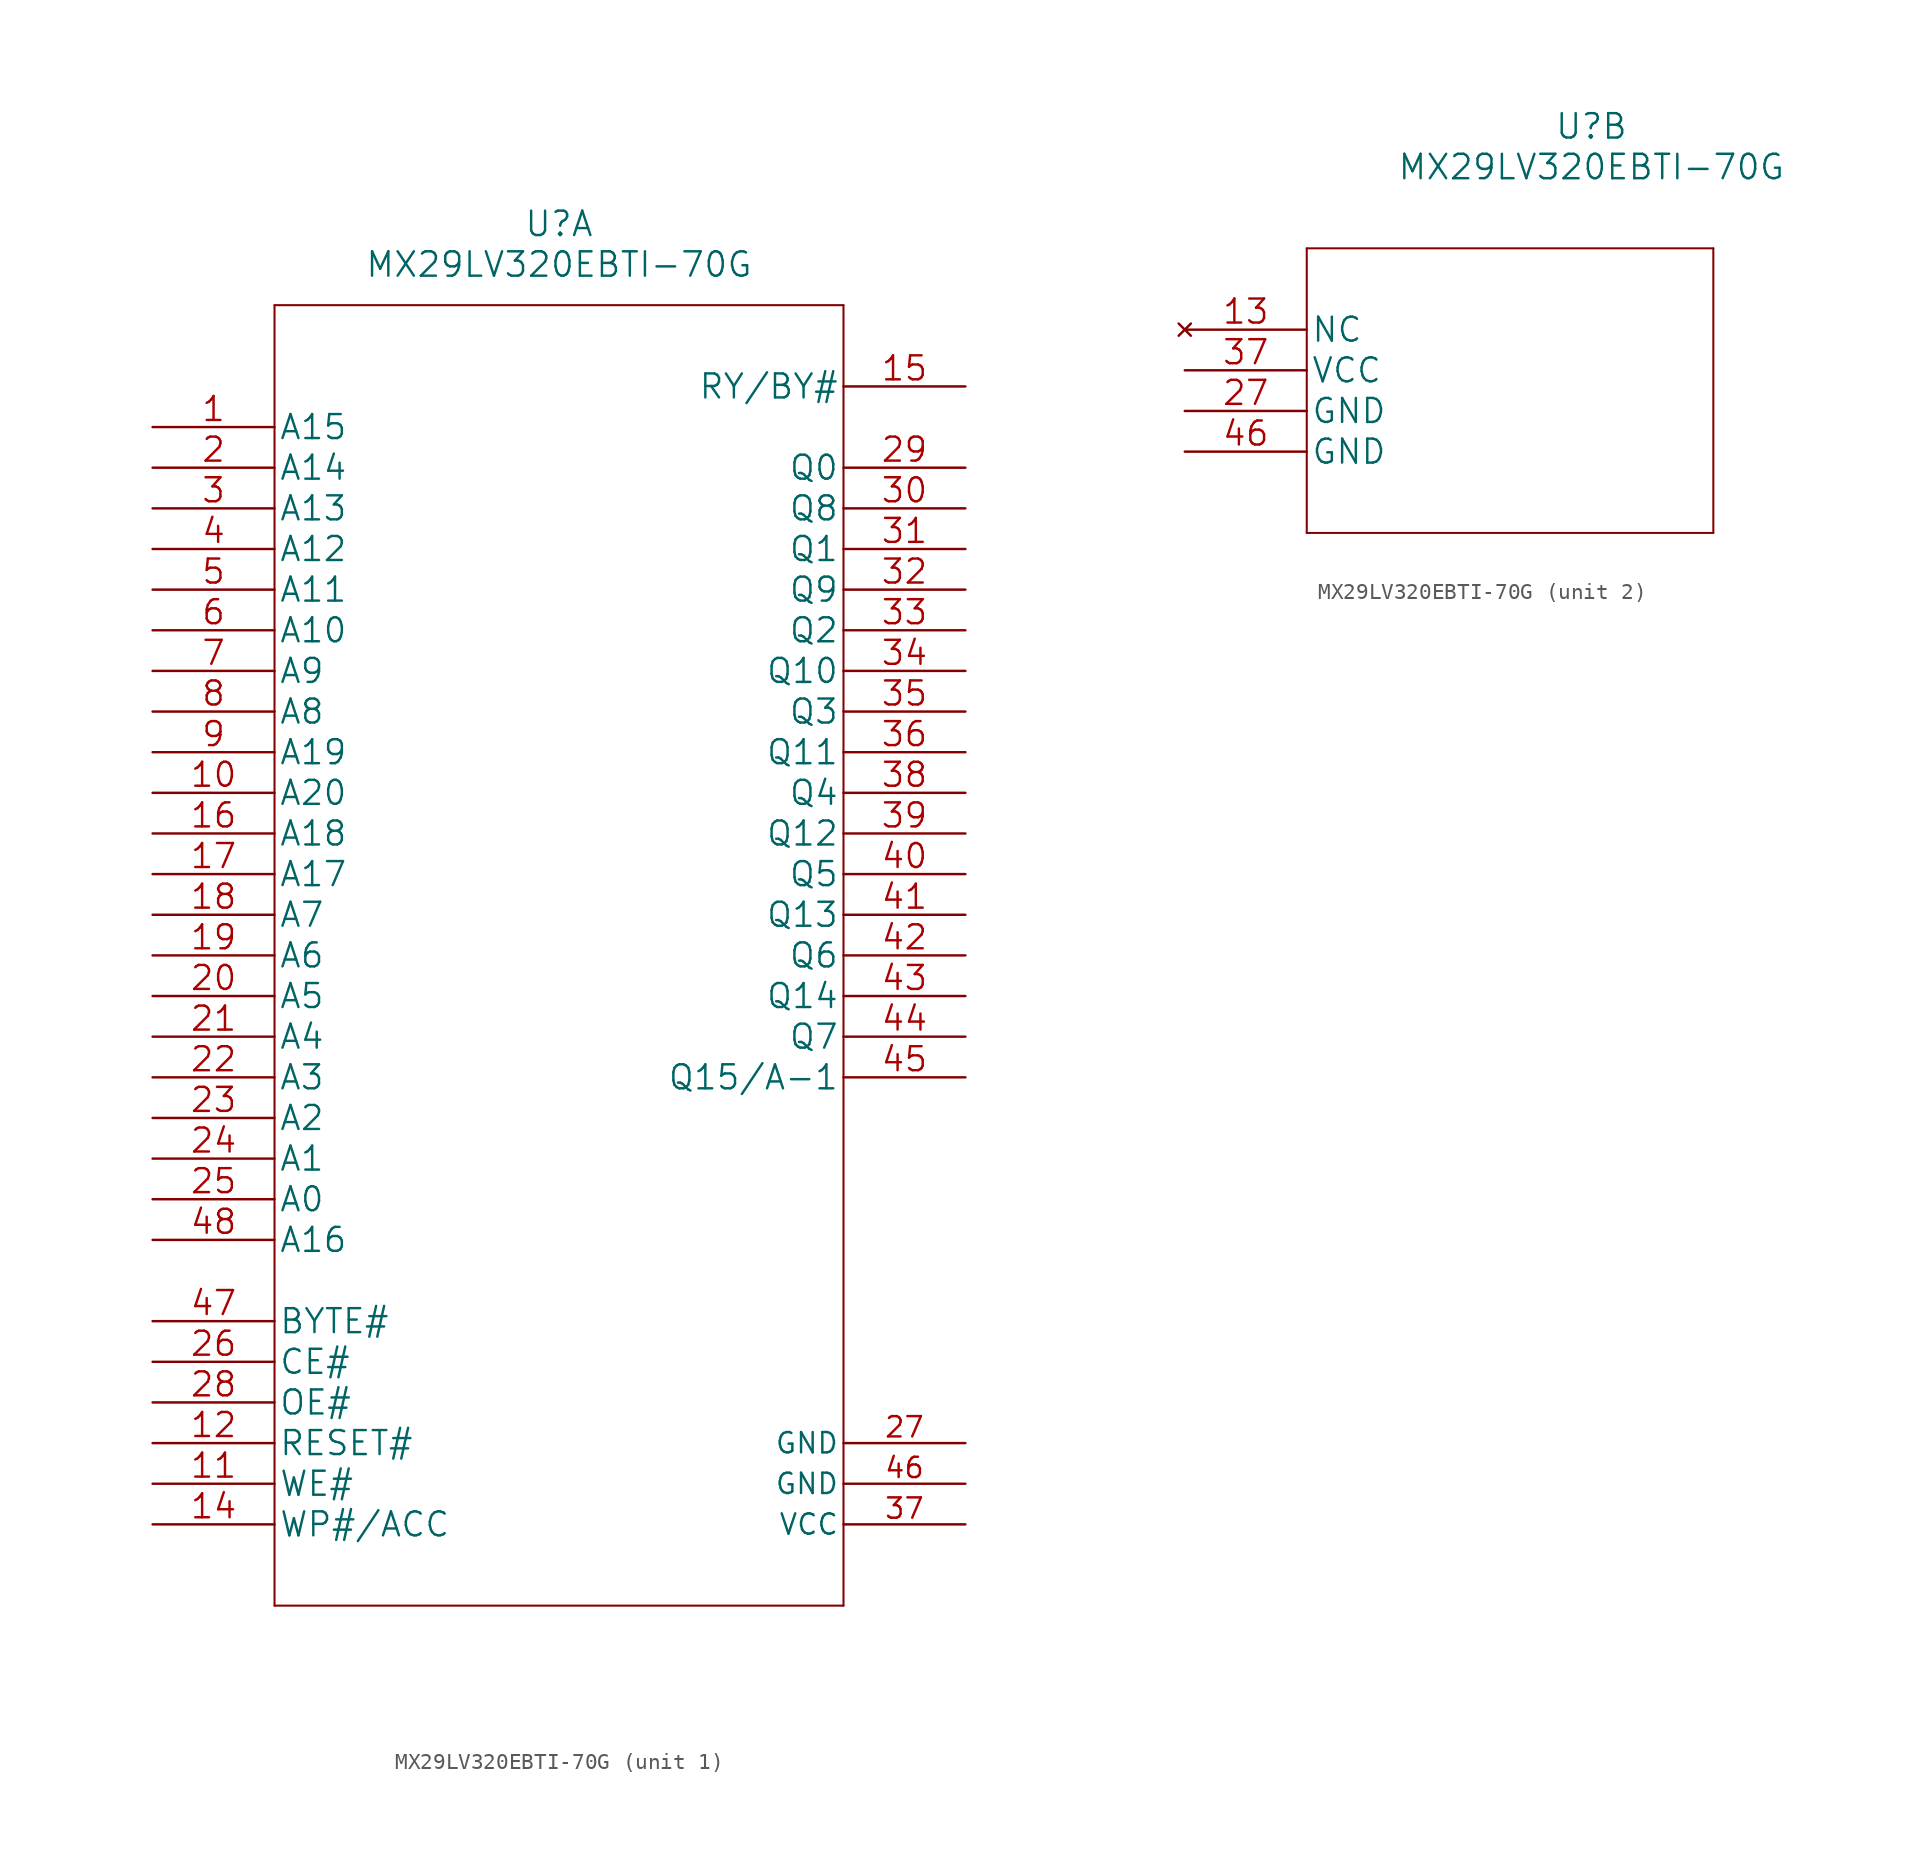
<source format=kicad_sym>
(kicad_symbol_lib
  (version 20220914)
  (generator kicad_symbol_editor)
  (symbol "MX29LV320EBTI-70G"
    (pin_names
      (offset 0.254))
    (property "Reference" "U"
      (at 25.4 12.7 0)
      (effects (font (size 1.524 1.524))))
    (property "Value" "MX29LV320EBTI-70G"
      (at 25.4 10.16 0)
      (effects (font (size 1.524 1.524))))
    (property "Datasheet" ""
      (at 0 0 0)
      (effects (font (size 1.524 1.524))))
    (property "ki_locked" ""
      (at 0 0 0)
      (effects (font (size 1.27 1.27))))
    (symbol "MX29LV320EBTI-70G_1_1"
      (polyline (pts (xy 7.62 -73.66) (xy 43.18 -73.66)) (stroke (width 0.127) (type solid)) (fill (type none)))
      (polyline (pts (xy 7.62 7.62) (xy 7.62 -73.66)) (stroke (width 0.127) (type solid)) (fill (type none)))
      (polyline (pts (xy 43.18 -73.66) (xy 43.18 7.62)) (stroke (width 0.127) (type solid)) (fill (type none)))
      (polyline (pts (xy 43.18 7.62) (xy 7.62 7.62)) (stroke (width 0.127) (type solid)) (fill (type none)))
      (pin input line (at 0 0 0) (length 7.62) (name "A15" (effects (font (size 1.499 1.499)))) (number "1" (effects (font (size 1.499 1.499)))))
      (pin input line (at 0 -22.86 0) (length 7.62) (name "A20" (effects (font (size 1.499 1.499)))) (number "10" (effects (font (size 1.499 1.499)))))
      (pin no_connect line (at 45.72 -44.45 180) (length 2.54) hide (name "NC" (effects (font (size 1.27 1.27)))) (number "10" (effects (font (size 1.27 1.27)))))
      (pin input line (at 0 -66.04 0) (length 7.62) (name "WE#" (effects (font (size 1.499 1.499)))) (number "11" (effects (font (size 1.499 1.499)))))
      (pin input line (at 0 -63.5 0) (length 7.62) (name "RESET#" (effects (font (size 1.499 1.499)))) (number "12" (effects (font (size 1.499 1.499)))))
      (pin no_connect line (at 45.72 -46.99 180) (length 2.54) hide (name "NC" (effects (font (size 1.27 1.27)))) (number "13" (effects (font (size 1.27 1.27)))))
      (pin input line (at 0 -68.58 0) (length 7.62) (name "WP#/ACC" (effects (font (size 1.499 1.499)))) (number "14" (effects (font (size 1.499 1.499)))))
      (pin output line (at 50.8 2.54 180) (length 7.62) (name "RY/BY#" (effects (font (size 1.499 1.499)))) (number "15" (effects (font (size 1.499 1.499)))))
      (pin input line (at 0 -25.4 0) (length 7.62) (name "A18" (effects (font (size 1.499 1.499)))) (number "16" (effects (font (size 1.499 1.499)))))
      (pin input line (at 0 -27.94 0) (length 7.62) (name "A17" (effects (font (size 1.499 1.499)))) (number "17" (effects (font (size 1.499 1.499)))))
      (pin input line (at 0 -30.48 0) (length 7.62) (name "A7" (effects (font (size 1.499 1.499)))) (number "18" (effects (font (size 1.499 1.499)))))
      (pin input line (at 0 -33.02 0) (length 7.62) (name "A6" (effects (font (size 1.499 1.499)))) (number "19" (effects (font (size 1.499 1.499)))))
      (pin input line (at 0 -2.54 0) (length 7.62) (name "A14" (effects (font (size 1.499 1.499)))) (number "2" (effects (font (size 1.499 1.499)))))
      (pin input line (at 0 -35.56 0) (length 7.62) (name "A5" (effects (font (size 1.499 1.499)))) (number "20" (effects (font (size 1.499 1.499)))))
      (pin input line (at 0 -38.1 0) (length 7.62) (name "A4" (effects (font (size 1.499 1.499)))) (number "21" (effects (font (size 1.499 1.499)))))
      (pin input line (at 0 -40.64 0) (length 7.62) (name "A3" (effects (font (size 1.499 1.499)))) (number "22" (effects (font (size 1.499 1.499)))))
      (pin input line (at 0 -43.18 0) (length 7.62) (name "A2" (effects (font (size 1.499 1.499)))) (number "23" (effects (font (size 1.499 1.499)))))
      (pin input line (at 0 -45.72 0) (length 7.62) (name "A1" (effects (font (size 1.499 1.499)))) (number "24" (effects (font (size 1.499 1.499)))))
      (pin input line (at 0 -48.26 0) (length 7.62) (name "A0" (effects (font (size 1.499 1.499)))) (number "25" (effects (font (size 1.499 1.499)))))
      (pin input line (at 0 -58.42 0) (length 7.62) (name "CE#" (effects (font (size 1.499 1.499)))) (number "26" (effects (font (size 1.499 1.499)))))
      (pin power_in line (at 50.8 -63.5 180) (length 7.62) (name "GND" (effects (font (size 1.27 1.27)))) (number "27" (effects (font (size 1.27 1.27)))))
      (pin input line (at 0 -60.96 0) (length 7.62) (name "OE#" (effects (font (size 1.499 1.499)))) (number "28" (effects (font (size 1.499 1.499)))))
      (pin bidirectional line (at 50.8 -2.54 180) (length 7.62) (name "Q0" (effects (font (size 1.499 1.499)))) (number "29" (effects (font (size 1.499 1.499)))))
      (pin input line (at 0 -5.08 0) (length 7.62) (name "A13" (effects (font (size 1.499 1.499)))) (number "3" (effects (font (size 1.499 1.499)))))
      (pin bidirectional line (at 50.8 -5.08 180) (length 7.62) (name "Q8" (effects (font (size 1.499 1.499)))) (number "30" (effects (font (size 1.499 1.499)))))
      (pin bidirectional line (at 50.8 -7.62 180) (length 7.62) (name "Q1" (effects (font (size 1.499 1.499)))) (number "31" (effects (font (size 1.499 1.499)))))
      (pin bidirectional line (at 50.8 -10.16 180) (length 7.62) (name "Q9" (effects (font (size 1.499 1.499)))) (number "32" (effects (font (size 1.499 1.499)))))
      (pin bidirectional line (at 50.8 -12.7 180) (length 7.62) (name "Q2" (effects (font (size 1.499 1.499)))) (number "33" (effects (font (size 1.499 1.499)))))
      (pin bidirectional line (at 50.8 -15.24 180) (length 7.62) (name "Q10" (effects (font (size 1.499 1.499)))) (number "34" (effects (font (size 1.499 1.499)))))
      (pin bidirectional line (at 50.8 -17.78 180) (length 7.62) (name "Q3" (effects (font (size 1.499 1.499)))) (number "35" (effects (font (size 1.499 1.499)))))
      (pin bidirectional line (at 50.8 -20.32 180) (length 7.62) (name "Q11" (effects (font (size 1.499 1.499)))) (number "36" (effects (font (size 1.499 1.499)))))
      (pin power_in line (at 50.8 -68.58 180) (length 7.62) (name "VCC" (effects (font (size 1.27 1.27)))) (number "37" (effects (font (size 1.27 1.27)))))
      (pin bidirectional line (at 50.8 -22.86 180) (length 7.62) (name "Q4" (effects (font (size 1.499 1.499)))) (number "38" (effects (font (size 1.499 1.499)))))
      (pin bidirectional line (at 50.8 -25.4 180) (length 7.62) (name "Q12" (effects (font (size 1.499 1.499)))) (number "39" (effects (font (size 1.499 1.499)))))
      (pin input line (at 0 -7.62 0) (length 7.62) (name "A12" (effects (font (size 1.499 1.499)))) (number "4" (effects (font (size 1.499 1.499)))))
      (pin bidirectional line (at 50.8 -27.94 180) (length 7.62) (name "Q5" (effects (font (size 1.499 1.499)))) (number "40" (effects (font (size 1.499 1.499)))))
      (pin bidirectional line (at 50.8 -30.48 180) (length 7.62) (name "Q13" (effects (font (size 1.499 1.499)))) (number "41" (effects (font (size 1.499 1.499)))))
      (pin bidirectional line (at 50.8 -33.02 180) (length 7.62) (name "Q6" (effects (font (size 1.499 1.499)))) (number "42" (effects (font (size 1.499 1.499)))))
      (pin bidirectional line (at 50.8 -35.56 180) (length 7.62) (name "Q14" (effects (font (size 1.499 1.499)))) (number "43" (effects (font (size 1.499 1.499)))))
      (pin bidirectional line (at 50.8 -38.1 180) (length 7.62) (name "Q7" (effects (font (size 1.499 1.499)))) (number "44" (effects (font (size 1.499 1.499)))))
      (pin bidirectional line (at 50.8 -40.64 180) (length 7.62) (name "Q15/A-1" (effects (font (size 1.499 1.499)))) (number "45" (effects (font (size 1.499 1.499)))))
      (pin power_in line (at 50.8 -66.04 180) (length 7.62) (name "GND" (effects (font (size 1.27 1.27)))) (number "46" (effects (font (size 1.27 1.27)))))
      (pin input line (at 0 -55.88 0) (length 7.62) (name "BYTE#" (effects (font (size 1.499 1.499)))) (number "47" (effects (font (size 1.499 1.499)))))
      (pin input line (at 0 -50.8 0) (length 7.62) (name "A16" (effects (font (size 1.499 1.499)))) (number "48" (effects (font (size 1.499 1.499)))))
      (pin input line (at 0 -10.16 0) (length 7.62) (name "A11" (effects (font (size 1.499 1.499)))) (number "5" (effects (font (size 1.499 1.499)))))
      (pin input line (at 0 -12.7 0) (length 7.62) (name "A10" (effects (font (size 1.499 1.499)))) (number "6" (effects (font (size 1.499 1.499)))))
      (pin input line (at 0 -15.24 0) (length 7.62) (name "A9" (effects (font (size 1.499 1.499)))) (number "7" (effects (font (size 1.499 1.499)))))
      (pin input line (at 0 -17.78 0) (length 7.62) (name "A8" (effects (font (size 1.499 1.499)))) (number "8" (effects (font (size 1.499 1.499)))))
      (pin input line (at 0 -20.32 0) (length 7.62) (name "A19" (effects (font (size 1.499 1.499)))) (number "9" (effects (font (size 1.499 1.499))))))
    (symbol "MX29LV320EBTI-70G_2_1"
      (polyline (pts (xy 7.62 -12.7) (xy 33.02 -12.7)) (stroke (width 0.127) (type solid)) (fill (type none)))
      (polyline (pts (xy 7.62 5.08) (xy 7.62 -12.7)) (stroke (width 0.127) (type solid)) (fill (type none)))
      (polyline (pts (xy 33.02 -12.7) (xy 33.02 5.08)) (stroke (width 0.127) (type solid)) (fill (type none)))
      (polyline (pts (xy 33.02 5.08) (xy 7.62 5.08)) (stroke (width 0.127) (type solid)) (fill (type none)))
      (pin no_connect line (at 0 0 0) (length 7.62) (name "NC" (effects (font (size 1.499 1.499)))) (number "13" (effects (font (size 1.499 1.499)))))
      (pin power_in line (at 0 -5.08 0) (length 7.62) (name "GND" (effects (font (size 1.499 1.499)))) (number "27" (effects (font (size 1.499 1.499)))))
      (pin power_in line (at 0 -2.54 0) (length 7.62) (name "VCC" (effects (font (size 1.499 1.499)))) (number "37" (effects (font (size 1.499 1.499)))))
      (pin power_in line (at 0 -7.62 0) (length 7.62) (name "GND" (effects (font (size 1.499 1.499)))) (number "46" (effects (font (size 1.499 1.499))))))))
</source>
